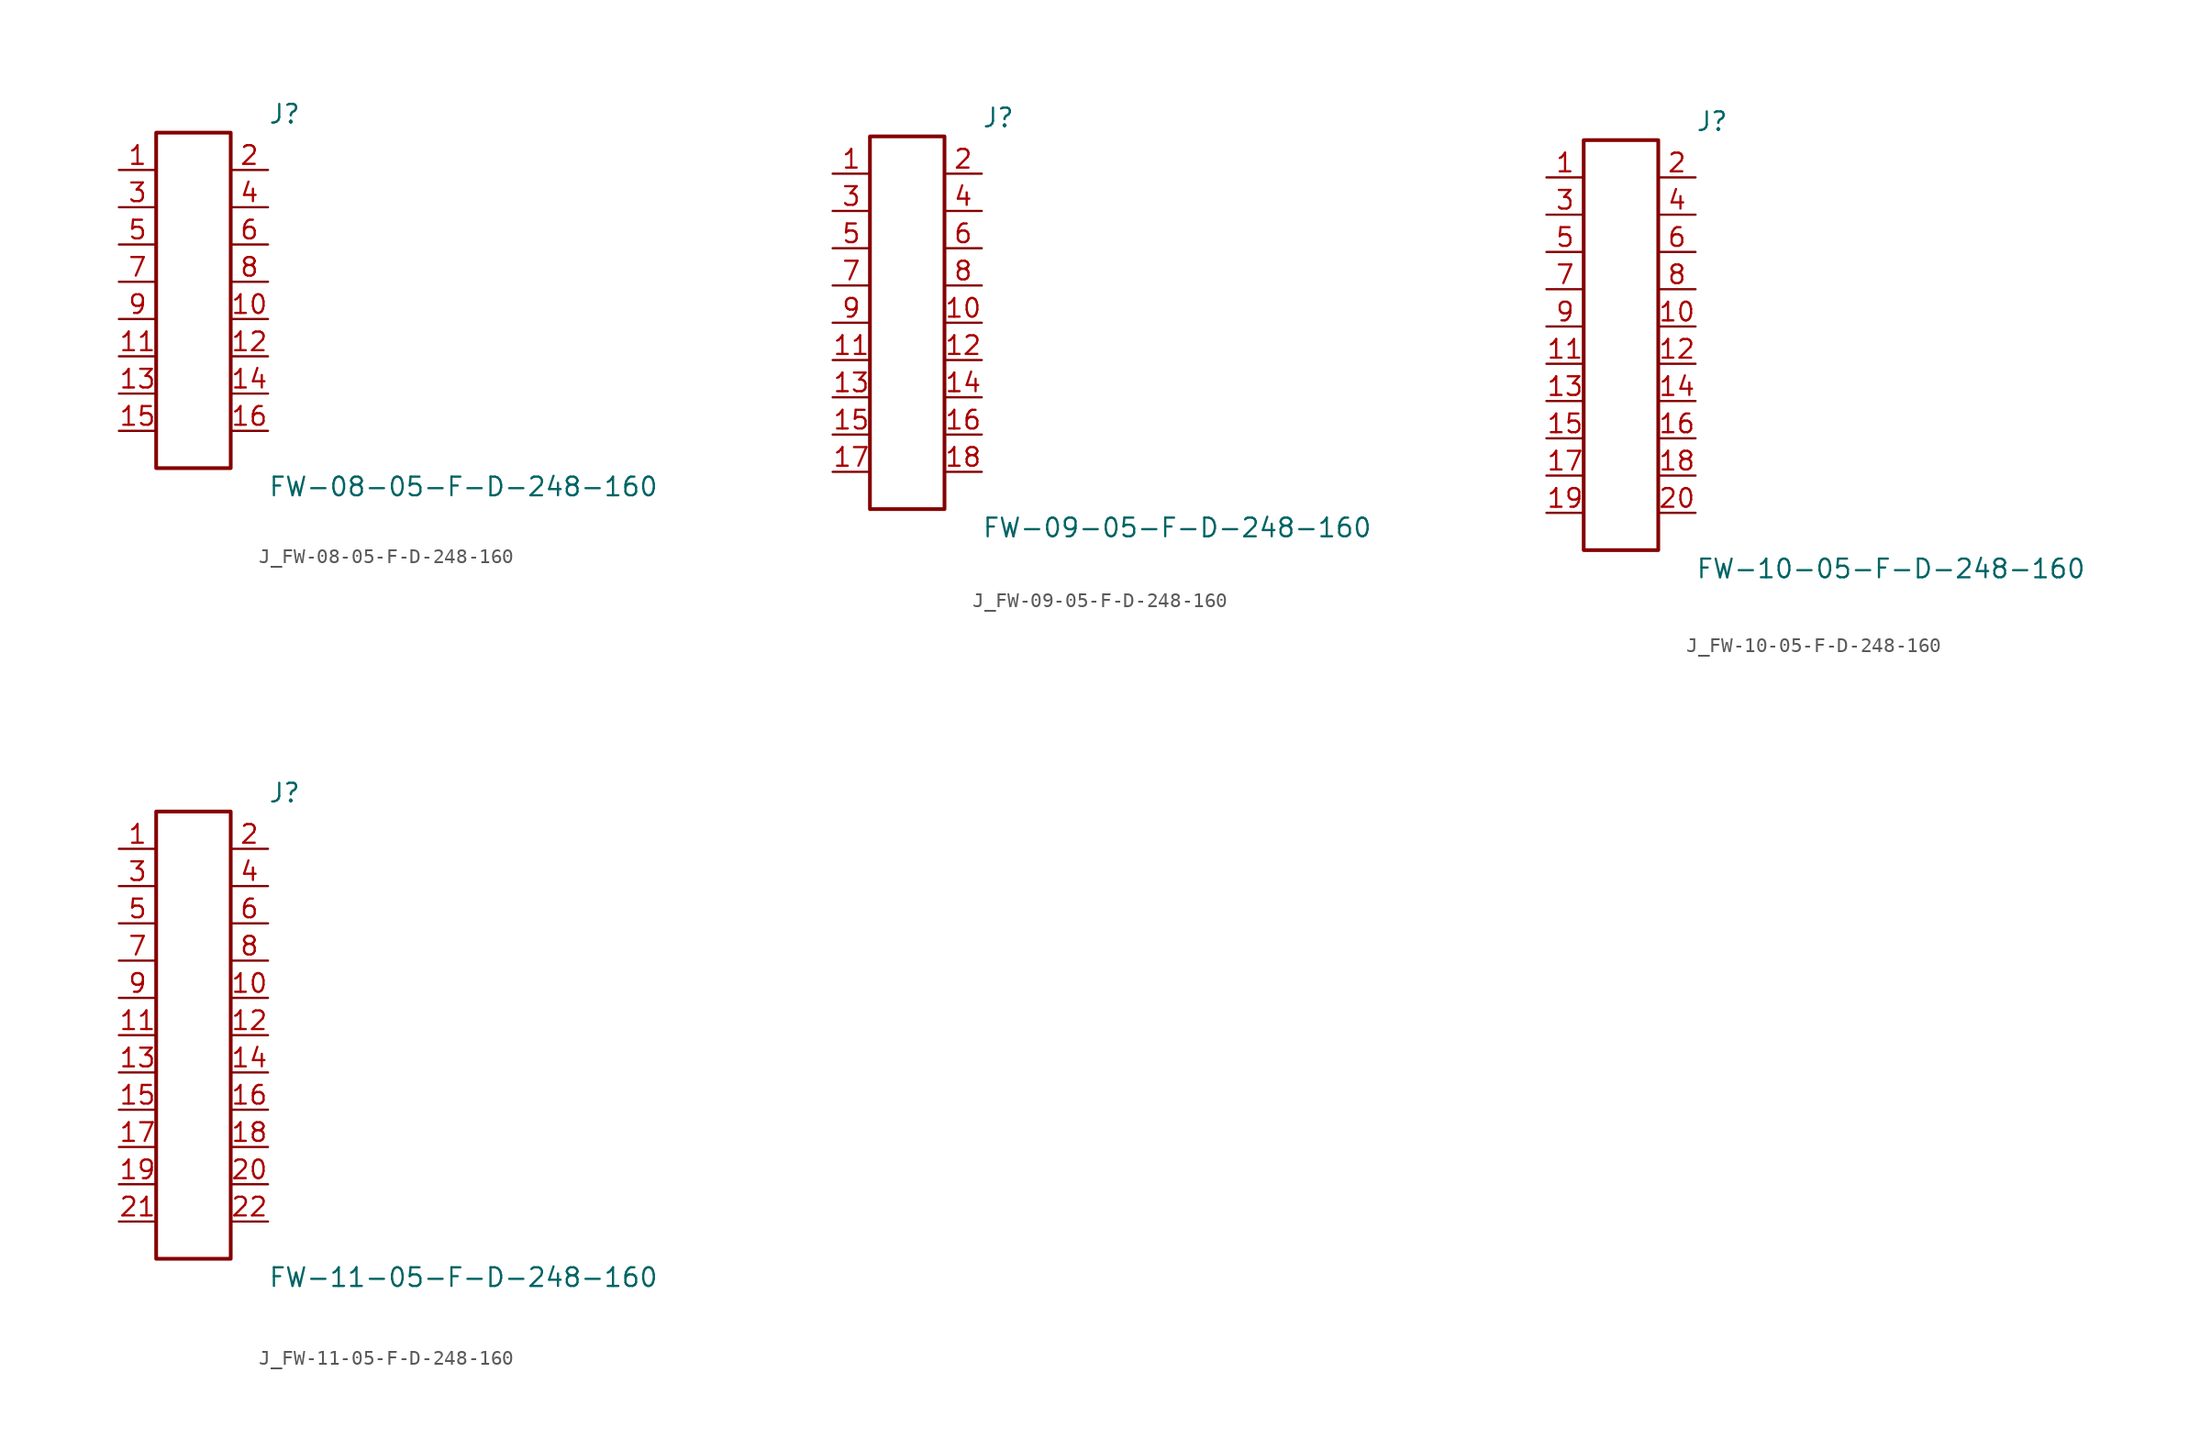
<source format=kicad_sym>
(kicad_symbol_lib
  (version 20231120)
  (generator kicad_symbol_editor)
  (generator_version 8.0)
  (symbol "J_FW-08-05-F-D-248-160"
    (pin_names
      (offset 0.254))
    (property "Reference" "J"
      (at 5.08 12.7 0)
      (effects (font (size 1.27 1.27)) (justify left)))
    (property "Value" "FW-08-05-F-D-248-160"
      (at 5.08 -12.7 0)
      (effects (font (size 1.27 1.27)) (justify left)))
    (symbol "J_FW-08-05-F-D-248-160_0_0"
      (pin passive line (at -5.08 8.89 0) (length 2.54) (name "" (effects (font (size 1.27 1.27)))) (number "1" (effects (font (size 1.27 1.27)))))
      (pin passive line (at 5.08 8.89 180) (length 2.54) (name "" (effects (font (size 1.27 1.27)))) (number "2" (effects (font (size 1.27 1.27)))))
      (pin passive line (at -5.08 6.35 0) (length 2.54) (name "" (effects (font (size 1.27 1.27)))) (number "3" (effects (font (size 1.27 1.27)))))
      (pin passive line (at 5.08 6.35 180) (length 2.54) (name "" (effects (font (size 1.27 1.27)))) (number "4" (effects (font (size 1.27 1.27)))))
      (pin passive line (at -5.08 3.81 0) (length 2.54) (name "" (effects (font (size 1.27 1.27)))) (number "5" (effects (font (size 1.27 1.27)))))
      (pin passive line (at 5.08 3.81 180) (length 2.54) (name "" (effects (font (size 1.27 1.27)))) (number "6" (effects (font (size 1.27 1.27)))))
      (pin passive line (at -5.08 1.27 0) (length 2.54) (name "" (effects (font (size 1.27 1.27)))) (number "7" (effects (font (size 1.27 1.27)))))
      (pin passive line (at 5.08 1.27 180) (length 2.54) (name "" (effects (font (size 1.27 1.27)))) (number "8" (effects (font (size 1.27 1.27)))))
      (pin passive line (at -5.08 -1.27 0) (length 2.54) (name "" (effects (font (size 1.27 1.27)))) (number "9" (effects (font (size 1.27 1.27)))))
      (pin passive line (at 5.08 -1.27 180) (length 2.54) (name "" (effects (font (size 1.27 1.27)))) (number "10" (effects (font (size 1.27 1.27)))))
      (pin passive line (at -5.08 -3.81 0) (length 2.54) (name "" (effects (font (size 1.27 1.27)))) (number "11" (effects (font (size 1.27 1.27)))))
      (pin passive line (at 5.08 -3.81 180) (length 2.54) (name "" (effects (font (size 1.27 1.27)))) (number "12" (effects (font (size 1.27 1.27)))))
      (pin passive line (at -5.08 -6.35 0) (length 2.54) (name "" (effects (font (size 1.27 1.27)))) (number "13" (effects (font (size 1.27 1.27)))))
      (pin passive line (at 5.08 -6.35 180) (length 2.54) (name "" (effects (font (size 1.27 1.27)))) (number "14" (effects (font (size 1.27 1.27)))))
      (pin passive line (at -5.08 -8.89 0) (length 2.54) (name "" (effects (font (size 1.27 1.27)))) (number "15" (effects (font (size 1.27 1.27)))))
      (pin passive line (at 5.08 -8.89 180) (length 2.54) (name "" (effects (font (size 1.27 1.27)))) (number "16" (effects (font (size 1.27 1.27))))))
    (symbol "J_FW-08-05-F-D-248-160_1_0"
      (rectangle (start -2.54 11.43) (end 2.54 -11.43) (stroke (width 0.254) (type solid)) (fill (type none)))))
  (symbol "J_FW-09-05-F-D-248-160"
    (pin_names
      (offset 0.254))
    (property "Reference" "J"
      (at 5.08 13.97 0)
      (effects (font (size 1.27 1.27)) (justify left)))
    (property "Value" "FW-09-05-F-D-248-160"
      (at 5.08 -13.97 0)
      (effects (font (size 1.27 1.27)) (justify left)))
    (symbol "J_FW-09-05-F-D-248-160_0_0"
      (pin passive line (at -5.08 10.16 0) (length 2.54) (name "" (effects (font (size 1.27 1.27)))) (number "1" (effects (font (size 1.27 1.27)))))
      (pin passive line (at 5.08 10.16 180) (length 2.54) (name "" (effects (font (size 1.27 1.27)))) (number "2" (effects (font (size 1.27 1.27)))))
      (pin passive line (at -5.08 7.62 0) (length 2.54) (name "" (effects (font (size 1.27 1.27)))) (number "3" (effects (font (size 1.27 1.27)))))
      (pin passive line (at 5.08 7.62 180) (length 2.54) (name "" (effects (font (size 1.27 1.27)))) (number "4" (effects (font (size 1.27 1.27)))))
      (pin passive line (at -5.08 5.08 0) (length 2.54) (name "" (effects (font (size 1.27 1.27)))) (number "5" (effects (font (size 1.27 1.27)))))
      (pin passive line (at 5.08 5.08 180) (length 2.54) (name "" (effects (font (size 1.27 1.27)))) (number "6" (effects (font (size 1.27 1.27)))))
      (pin passive line (at -5.08 2.54 0) (length 2.54) (name "" (effects (font (size 1.27 1.27)))) (number "7" (effects (font (size 1.27 1.27)))))
      (pin passive line (at 5.08 2.54 180) (length 2.54) (name "" (effects (font (size 1.27 1.27)))) (number "8" (effects (font (size 1.27 1.27)))))
      (pin passive line (at -5.08 0.0 0) (length 2.54) (name "" (effects (font (size 1.27 1.27)))) (number "9" (effects (font (size 1.27 1.27)))))
      (pin passive line (at 5.08 0.0 180) (length 2.54) (name "" (effects (font (size 1.27 1.27)))) (number "10" (effects (font (size 1.27 1.27)))))
      (pin passive line (at -5.08 -2.54 0) (length 2.54) (name "" (effects (font (size 1.27 1.27)))) (number "11" (effects (font (size 1.27 1.27)))))
      (pin passive line (at 5.08 -2.54 180) (length 2.54) (name "" (effects (font (size 1.27 1.27)))) (number "12" (effects (font (size 1.27 1.27)))))
      (pin passive line (at -5.08 -5.08 0) (length 2.54) (name "" (effects (font (size 1.27 1.27)))) (number "13" (effects (font (size 1.27 1.27)))))
      (pin passive line (at 5.08 -5.08 180) (length 2.54) (name "" (effects (font (size 1.27 1.27)))) (number "14" (effects (font (size 1.27 1.27)))))
      (pin passive line (at -5.08 -7.62 0) (length 2.54) (name "" (effects (font (size 1.27 1.27)))) (number "15" (effects (font (size 1.27 1.27)))))
      (pin passive line (at 5.08 -7.62 180) (length 2.54) (name "" (effects (font (size 1.27 1.27)))) (number "16" (effects (font (size 1.27 1.27)))))
      (pin passive line (at -5.08 -10.16 0) (length 2.54) (name "" (effects (font (size 1.27 1.27)))) (number "17" (effects (font (size 1.27 1.27)))))
      (pin passive line (at 5.08 -10.16 180) (length 2.54) (name "" (effects (font (size 1.27 1.27)))) (number "18" (effects (font (size 1.27 1.27))))))
    (symbol "J_FW-09-05-F-D-248-160_1_0"
      (rectangle (start -2.54 12.7) (end 2.54 -12.7) (stroke (width 0.254) (type solid)) (fill (type none)))))
  (symbol "J_FW-10-05-F-D-248-160"
    (pin_names
      (offset 0.254))
    (property "Reference" "J"
      (at 5.08 15.24 0)
      (effects (font (size 1.27 1.27)) (justify left)))
    (property "Value" "FW-10-05-F-D-248-160"
      (at 5.08 -15.24 0)
      (effects (font (size 1.27 1.27)) (justify left)))
    (symbol "J_FW-10-05-F-D-248-160_0_0"
      (pin passive line (at -5.08 11.43 0) (length 2.54) (name "" (effects (font (size 1.27 1.27)))) (number "1" (effects (font (size 1.27 1.27)))))
      (pin passive line (at 5.08 11.43 180) (length 2.54) (name "" (effects (font (size 1.27 1.27)))) (number "2" (effects (font (size 1.27 1.27)))))
      (pin passive line (at -5.08 8.89 0) (length 2.54) (name "" (effects (font (size 1.27 1.27)))) (number "3" (effects (font (size 1.27 1.27)))))
      (pin passive line (at 5.08 8.89 180) (length 2.54) (name "" (effects (font (size 1.27 1.27)))) (number "4" (effects (font (size 1.27 1.27)))))
      (pin passive line (at -5.08 6.35 0) (length 2.54) (name "" (effects (font (size 1.27 1.27)))) (number "5" (effects (font (size 1.27 1.27)))))
      (pin passive line (at 5.08 6.35 180) (length 2.54) (name "" (effects (font (size 1.27 1.27)))) (number "6" (effects (font (size 1.27 1.27)))))
      (pin passive line (at -5.08 3.81 0) (length 2.54) (name "" (effects (font (size 1.27 1.27)))) (number "7" (effects (font (size 1.27 1.27)))))
      (pin passive line (at 5.08 3.81 180) (length 2.54) (name "" (effects (font (size 1.27 1.27)))) (number "8" (effects (font (size 1.27 1.27)))))
      (pin passive line (at -5.08 1.27 0) (length 2.54) (name "" (effects (font (size 1.27 1.27)))) (number "9" (effects (font (size 1.27 1.27)))))
      (pin passive line (at 5.08 1.27 180) (length 2.54) (name "" (effects (font (size 1.27 1.27)))) (number "10" (effects (font (size 1.27 1.27)))))
      (pin passive line (at -5.08 -1.27 0) (length 2.54) (name "" (effects (font (size 1.27 1.27)))) (number "11" (effects (font (size 1.27 1.27)))))
      (pin passive line (at 5.08 -1.27 180) (length 2.54) (name "" (effects (font (size 1.27 1.27)))) (number "12" (effects (font (size 1.27 1.27)))))
      (pin passive line (at -5.08 -3.81 0) (length 2.54) (name "" (effects (font (size 1.27 1.27)))) (number "13" (effects (font (size 1.27 1.27)))))
      (pin passive line (at 5.08 -3.81 180) (length 2.54) (name "" (effects (font (size 1.27 1.27)))) (number "14" (effects (font (size 1.27 1.27)))))
      (pin passive line (at -5.08 -6.35 0) (length 2.54) (name "" (effects (font (size 1.27 1.27)))) (number "15" (effects (font (size 1.27 1.27)))))
      (pin passive line (at 5.08 -6.35 180) (length 2.54) (name "" (effects (font (size 1.27 1.27)))) (number "16" (effects (font (size 1.27 1.27)))))
      (pin passive line (at -5.08 -8.89 0) (length 2.54) (name "" (effects (font (size 1.27 1.27)))) (number "17" (effects (font (size 1.27 1.27)))))
      (pin passive line (at 5.08 -8.89 180) (length 2.54) (name "" (effects (font (size 1.27 1.27)))) (number "18" (effects (font (size 1.27 1.27)))))
      (pin passive line (at -5.08 -11.43 0) (length 2.54) (name "" (effects (font (size 1.27 1.27)))) (number "19" (effects (font (size 1.27 1.27)))))
      (pin passive line (at 5.08 -11.43 180) (length 2.54) (name "" (effects (font (size 1.27 1.27)))) (number "20" (effects (font (size 1.27 1.27))))))
    (symbol "J_FW-10-05-F-D-248-160_1_0"
      (rectangle (start -2.54 13.97) (end 2.54 -13.97) (stroke (width 0.254) (type solid)) (fill (type none)))))
  (symbol "J_FW-11-05-F-D-248-160"
    (pin_names
      (offset 0.254))
    (property "Reference" "J"
      (at 5.08 16.51 0)
      (effects (font (size 1.27 1.27)) (justify left)))
    (property "Value" "FW-11-05-F-D-248-160"
      (at 5.08 -16.51 0)
      (effects (font (size 1.27 1.27)) (justify left)))
    (symbol "J_FW-11-05-F-D-248-160_0_0"
      (pin passive line (at -5.08 12.7 0) (length 2.54) (name "" (effects (font (size 1.27 1.27)))) (number "1" (effects (font (size 1.27 1.27)))))
      (pin passive line (at 5.08 12.7 180) (length 2.54) (name "" (effects (font (size 1.27 1.27)))) (number "2" (effects (font (size 1.27 1.27)))))
      (pin passive line (at -5.08 10.16 0) (length 2.54) (name "" (effects (font (size 1.27 1.27)))) (number "3" (effects (font (size 1.27 1.27)))))
      (pin passive line (at 5.08 10.16 180) (length 2.54) (name "" (effects (font (size 1.27 1.27)))) (number "4" (effects (font (size 1.27 1.27)))))
      (pin passive line (at -5.08 7.62 0) (length 2.54) (name "" (effects (font (size 1.27 1.27)))) (number "5" (effects (font (size 1.27 1.27)))))
      (pin passive line (at 5.08 7.62 180) (length 2.54) (name "" (effects (font (size 1.27 1.27)))) (number "6" (effects (font (size 1.27 1.27)))))
      (pin passive line (at -5.08 5.08 0) (length 2.54) (name "" (effects (font (size 1.27 1.27)))) (number "7" (effects (font (size 1.27 1.27)))))
      (pin passive line (at 5.08 5.08 180) (length 2.54) (name "" (effects (font (size 1.27 1.27)))) (number "8" (effects (font (size 1.27 1.27)))))
      (pin passive line (at -5.08 2.54 0) (length 2.54) (name "" (effects (font (size 1.27 1.27)))) (number "9" (effects (font (size 1.27 1.27)))))
      (pin passive line (at 5.08 2.54 180) (length 2.54) (name "" (effects (font (size 1.27 1.27)))) (number "10" (effects (font (size 1.27 1.27)))))
      (pin passive line (at -5.08 0.0 0) (length 2.54) (name "" (effects (font (size 1.27 1.27)))) (number "11" (effects (font (size 1.27 1.27)))))
      (pin passive line (at 5.08 0.0 180) (length 2.54) (name "" (effects (font (size 1.27 1.27)))) (number "12" (effects (font (size 1.27 1.27)))))
      (pin passive line (at -5.08 -2.54 0) (length 2.54) (name "" (effects (font (size 1.27 1.27)))) (number "13" (effects (font (size 1.27 1.27)))))
      (pin passive line (at 5.08 -2.54 180) (length 2.54) (name "" (effects (font (size 1.27 1.27)))) (number "14" (effects (font (size 1.27 1.27)))))
      (pin passive line (at -5.08 -5.08 0) (length 2.54) (name "" (effects (font (size 1.27 1.27)))) (number "15" (effects (font (size 1.27 1.27)))))
      (pin passive line (at 5.08 -5.08 180) (length 2.54) (name "" (effects (font (size 1.27 1.27)))) (number "16" (effects (font (size 1.27 1.27)))))
      (pin passive line (at -5.08 -7.62 0) (length 2.54) (name "" (effects (font (size 1.27 1.27)))) (number "17" (effects (font (size 1.27 1.27)))))
      (pin passive line (at 5.08 -7.62 180) (length 2.54) (name "" (effects (font (size 1.27 1.27)))) (number "18" (effects (font (size 1.27 1.27)))))
      (pin passive line (at -5.08 -10.16 0) (length 2.54) (name "" (effects (font (size 1.27 1.27)))) (number "19" (effects (font (size 1.27 1.27)))))
      (pin passive line (at 5.08 -10.16 180) (length 2.54) (name "" (effects (font (size 1.27 1.27)))) (number "20" (effects (font (size 1.27 1.27)))))
      (pin passive line (at -5.08 -12.7 0) (length 2.54) (name "" (effects (font (size 1.27 1.27)))) (number "21" (effects (font (size 1.27 1.27)))))
      (pin passive line (at 5.08 -12.7 180) (length 2.54) (name "" (effects (font (size 1.27 1.27)))) (number "22" (effects (font (size 1.27 1.27))))))
    (symbol "J_FW-11-05-F-D-248-160_1_0"
      (rectangle (start -2.54 15.24) (end 2.54 -15.24) (stroke (width 0.254) (type solid)) (fill (type none))))))
</source>
